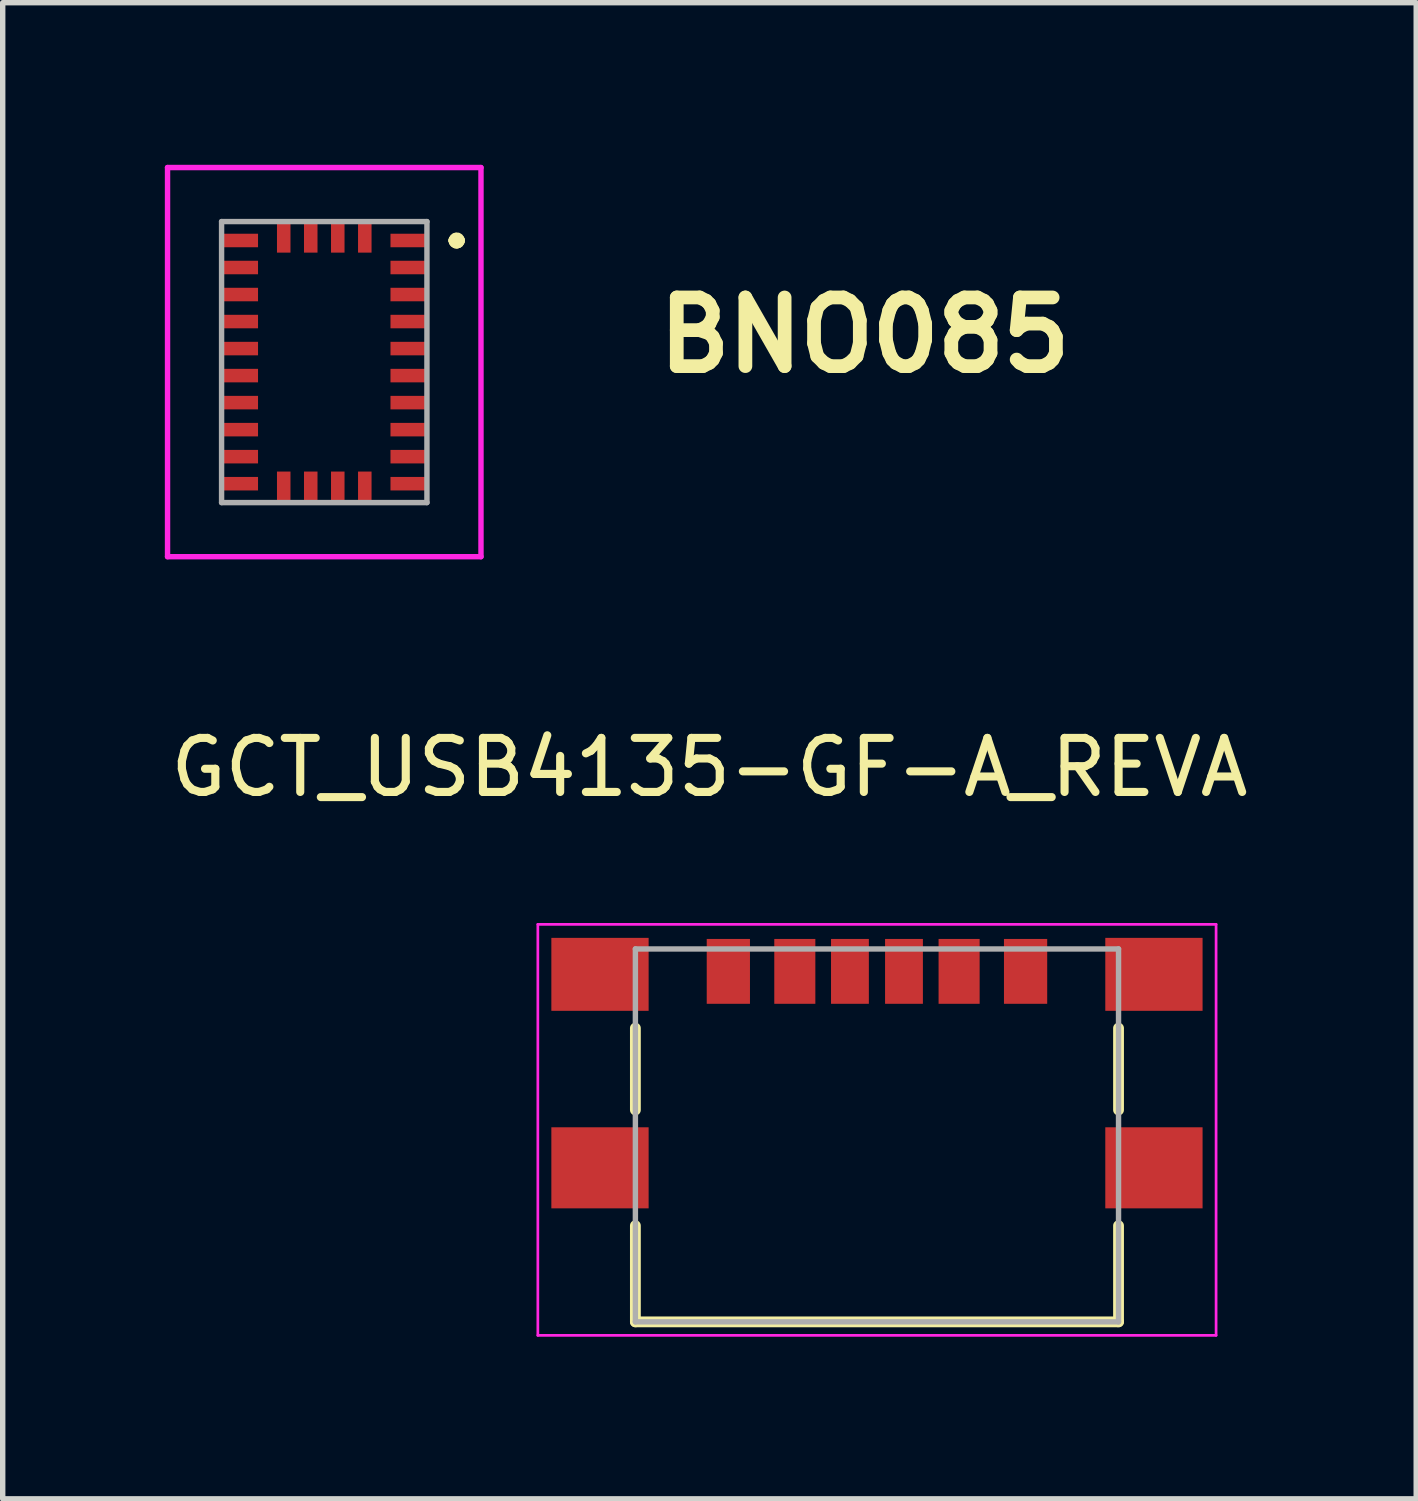
<source format=kicad_pcb>
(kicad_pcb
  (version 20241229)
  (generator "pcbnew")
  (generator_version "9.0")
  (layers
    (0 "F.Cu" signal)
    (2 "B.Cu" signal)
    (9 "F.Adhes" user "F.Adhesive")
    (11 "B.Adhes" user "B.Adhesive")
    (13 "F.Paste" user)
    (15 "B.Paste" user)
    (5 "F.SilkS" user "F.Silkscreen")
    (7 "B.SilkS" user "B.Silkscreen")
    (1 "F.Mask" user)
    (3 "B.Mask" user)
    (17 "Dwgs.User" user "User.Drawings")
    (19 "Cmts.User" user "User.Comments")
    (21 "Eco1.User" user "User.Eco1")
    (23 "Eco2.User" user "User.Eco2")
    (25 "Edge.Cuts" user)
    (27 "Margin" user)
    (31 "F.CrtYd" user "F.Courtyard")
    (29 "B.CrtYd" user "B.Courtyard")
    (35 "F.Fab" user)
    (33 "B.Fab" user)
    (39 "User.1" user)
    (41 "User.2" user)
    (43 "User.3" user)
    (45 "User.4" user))
  (footprint "BNO085"
    (layer "F.Cu")
    (at 2.95 3.65)
    (property "Reference" "BNO085" (at 10 -0.5 0) (layer "F.SilkS") (effects (font (size 1.27 1.27) (thickness 0.254))))
    (attr smd)
    (fp_line (start 2.4 -2.25) (end 2.4 -2.25) (stroke (width 0.2) (type solid)) (layer "F.SilkS"))
    (fp_line (start 2.4 -2.25) (end 2.4 -2.25) (stroke (width 0.2) (type solid)) (layer "F.SilkS"))
    (fp_line (start 2.5 -2.25) (end 2.5 -2.25) (stroke (width 0.2) (type solid)) (layer "F.SilkS"))
    (fp_arc (start 2.4 -2.25) (mid 2.45 -2.3) (end 2.5 -2.25) (stroke (width 0.2) (type solid)) (layer "F.SilkS"))
    (fp_arc (start 2.5 -2.25) (mid 2.45 -2.2) (end 2.4 -2.25) (stroke (width 0.2) (type solid)) (layer "F.SilkS"))
    (fp_arc (start 2.5 -2.25) (mid 2.45 -2.2) (end 2.4 -2.25) (stroke (width 0.2) (type solid)) (layer "F.SilkS"))
    (fp_line (start -2.9 -3.6) (end 2.9 -3.6) (stroke (width 0.1) (type solid)) (layer "F.CrtYd"))
    (fp_line (start -2.9 3.601) (end -2.9 -3.6) (stroke (width 0.1) (type solid)) (layer "F.CrtYd"))
    (fp_line (start 2.9 -3.6) (end 2.9 3.601) (stroke (width 0.1) (type solid)) (layer "F.CrtYd"))
    (fp_line (start 2.9 3.601) (end -2.9 3.601) (stroke (width 0.1) (type solid)) (layer "F.CrtYd"))
    (fp_line (start -1.9 -2.6) (end -1.9 2.6) (stroke (width 0.1) (type solid)) (layer "F.Fab"))
    (fp_line (start -1.9 2.6) (end 1.9 2.6) (stroke (width 0.1) (type solid)) (layer "F.Fab"))
    (fp_line (start 1.9 -2.6) (end -1.9 -2.6) (stroke (width 0.1) (type solid)) (layer "F.Fab"))
    (fp_line (start 1.9 2.6) (end 1.9 -2.6) (stroke (width 0.1) (type solid)) (layer "F.Fab"))
    (pad "1" smd rect (at 1.563 -2.25 90) (size 0.25 0.675) (layers "F.Cu" "F.Mask" "F.Paste"))
    (pad "2" smd rect (at 0.75 -2.313) (size 0.25 0.575) (layers "F.Cu" "F.Mask" "F.Paste"))
    (pad "3" smd rect (at 0.25 -2.313) (size 0.25 0.575) (layers "F.Cu" "F.Mask" "F.Paste"))
    (pad "4" smd rect (at -0.25 -2.313) (size 0.25 0.575) (layers "F.Cu" "F.Mask" "F.Paste"))
    (pad "5" smd rect (at -0.75 -2.313) (size 0.25 0.575) (layers "F.Cu" "F.Mask" "F.Paste"))
    (pad "6" smd rect (at -1.563 -2.25 90) (size 0.25 0.675) (layers "F.Cu" "F.Mask" "F.Paste"))
    (pad "7" smd rect (at -1.563 -1.75 90) (size 0.25 0.675) (layers "F.Cu" "F.Mask" "F.Paste"))
    (pad "8" smd rect (at -1.563 -1.25 90) (size 0.25 0.675) (layers "F.Cu" "F.Mask" "F.Paste"))
    (pad "9" smd rect (at -1.563 -0.75 90) (size 0.25 0.675) (layers "F.Cu" "F.Mask" "F.Paste"))
    (pad "10" smd rect (at -1.563 -0.25 90) (size 0.25 0.675) (layers "F.Cu" "F.Mask" "F.Paste"))
    (pad "11" smd rect (at -1.563 0.25 90) (size 0.25 0.675) (layers "F.Cu" "F.Mask" "F.Paste"))
    (pad "12" smd rect (at -1.563 0.75 90) (size 0.25 0.675) (layers "F.Cu" "F.Mask" "F.Paste"))
    (pad "13" smd rect (at -1.563 1.25 90) (size 0.25 0.675) (layers "F.Cu" "F.Mask" "F.Paste"))
    (pad "14" smd rect (at -1.563 1.75 90) (size 0.25 0.675) (layers "F.Cu" "F.Mask" "F.Paste"))
    (pad "15" smd rect (at -1.563 2.25 90) (size 0.25 0.675) (layers "F.Cu" "F.Mask" "F.Paste"))
    (pad "16" smd rect (at -0.75 2.313) (size 0.25 0.575) (layers "F.Cu" "F.Mask" "F.Paste"))
    (pad "17" smd rect (at -0.25 2.313) (size 0.25 0.575) (layers "F.Cu" "F.Mask" "F.Paste"))
    (pad "18" smd rect (at 0.25 2.313) (size 0.25 0.575) (layers "F.Cu" "F.Mask" "F.Paste"))
    (pad "19" smd rect (at 0.75 2.313) (size 0.25 0.575) (layers "F.Cu" "F.Mask" "F.Paste"))
    (pad "20" smd rect (at 1.563 2.25 90) (size 0.25 0.675) (layers "F.Cu" "F.Mask" "F.Paste"))
    (pad "21" smd rect (at 1.563 1.75 90) (size 0.25 0.675) (layers "F.Cu" "F.Mask" "F.Paste"))
    (pad "22" smd rect (at 1.563 1.25 90) (size 0.25 0.675) (layers "F.Cu" "F.Mask" "F.Paste"))
    (pad "23" smd rect (at 1.563 0.75 90) (size 0.25 0.675) (layers "F.Cu" "F.Mask" "F.Paste"))
    (pad "24" smd rect (at 1.563 0.25 90) (size 0.25 0.675) (layers "F.Cu" "F.Mask" "F.Paste"))
    (pad "25" smd rect (at 1.563 -0.25 90) (size 0.25 0.675) (layers "F.Cu" "F.Mask" "F.Paste"))
    (pad "26" smd rect (at 1.563 -0.75 90) (size 0.25 0.675) (layers "F.Cu" "F.Mask" "F.Paste"))
    (pad "27" smd rect (at 1.563 -1.25 90) (size 0.25 0.675) (layers "F.Cu" "F.Mask" "F.Paste"))
    (pad "28" smd rect (at 1.563 -1.75 90) (size 0.25 0.675) (layers "F.Cu" "F.Mask" "F.Paste")))
  (footprint "GCT_USB4135-GF-A_REVA"
    (layer "F.Cu")
    (at 13.177 18.559)
    (property "Reference" "GCT_USB4135-GF-A_REVA" (at -3.1 -7.41 0) (layer "F.SilkS") (effects (font (size 1 1) (thickness 0.15))))
    (attr smd)
    (fp_line (start -4.47 -2.585) (end -4.47 -1.07) (stroke (width 0.2) (type solid)) (layer "F.SilkS"))
    (fp_line (start -4.47 2.85) (end -4.47 1.07) (stroke (width 0.2) (type solid)) (layer "F.SilkS"))
    (fp_line (start 4.47 -2.585) (end 4.47 -1.07) (stroke (width 0.2) (type solid)) (layer "F.SilkS"))
    (fp_line (start 4.47 2.85) (end -4.47 2.85) (stroke (width 0.2) (type solid)) (layer "F.SilkS"))
    (fp_line (start 4.47 2.85) (end 4.47 1.07) (stroke (width 0.2) (type solid)) (layer "F.SilkS"))
    (fp_line (start -6.275 -4.505) (end -6.275 3.1) (stroke (width 0.05) (type solid)) (layer "F.CrtYd"))
    (fp_line (start -6.275 3.1) (end 6.275 3.1) (stroke (width 0.05) (type solid)) (layer "F.CrtYd"))
    (fp_line (start 6.275 -4.505) (end -6.275 -4.505) (stroke (width 0.05) (type solid)) (layer "F.CrtYd"))
    (fp_line (start 6.275 3.1) (end 6.275 -4.505) (stroke (width 0.05) (type solid)) (layer "F.CrtYd"))
    (fp_line (start -4.47 -4.05) (end 4.47 -4.05) (stroke (width 0.1) (type solid)) (layer "F.Fab"))
    (fp_line (start -4.47 2.85) (end -4.47 -4.05) (stroke (width 0.1) (type solid)) (layer "F.Fab"))
    (fp_line (start 4.47 -4.05) (end 4.47 2.85) (stroke (width 0.1) (type solid)) (layer "F.Fab"))
    (fp_line (start 4.47 2.85) (end -4.47 2.85) (stroke (width 0.1) (type solid)) (layer "F.Fab"))
    (pad "A5" smd rect (at -0.5 -3.635) (size 0.7 1.2) (layers "F.Cu" "F.Mask" "F.Paste"))
    (pad "A9" smd rect (at 1.52 -3.635) (size 0.76 1.2) (layers "F.Cu" "F.Mask" "F.Paste"))
    (pad "A12" smd rect (at 2.75 -3.635) (size 0.8 1.2) (layers "F.Cu" "F.Mask" "F.Paste"))
    (pad "B5" smd rect (at 0.5 -3.635) (size 0.7 1.2) (layers "F.Cu" "F.Mask" "F.Paste"))
    (pad "B9" smd rect (at -1.52 -3.635) (size 0.76 1.2) (layers "F.Cu" "F.Mask" "F.Paste"))
    (pad "B12" smd rect (at -2.75 -3.635) (size 0.8 1.2) (layers "F.Cu" "F.Mask" "F.Paste"))
    (pad "S1" smd rect (at -5.125 -3.58) (size 1.8 1.35) (layers "F.Cu" "F.Mask" "F.Paste"))
    (pad "S2" smd rect (at -5.125 0) (size 1.8 1.5) (layers "F.Cu" "F.Mask" "F.Paste"))
    (pad "S3" smd rect (at 5.125 0) (size 1.8 1.5) (layers "F.Cu" "F.Mask" "F.Paste"))
    (pad "S4" smd rect (at 5.125 -3.58) (size 1.8 1.35) (layers "F.Cu" "F.Mask" "F.Paste")))
  (gr_rect
    (start -3 -3)
    (end 23.155 24.684)
    (stroke (width 0.1) (type default))
    (fill no)
    (layer "Edge.Cuts")))
</source>
